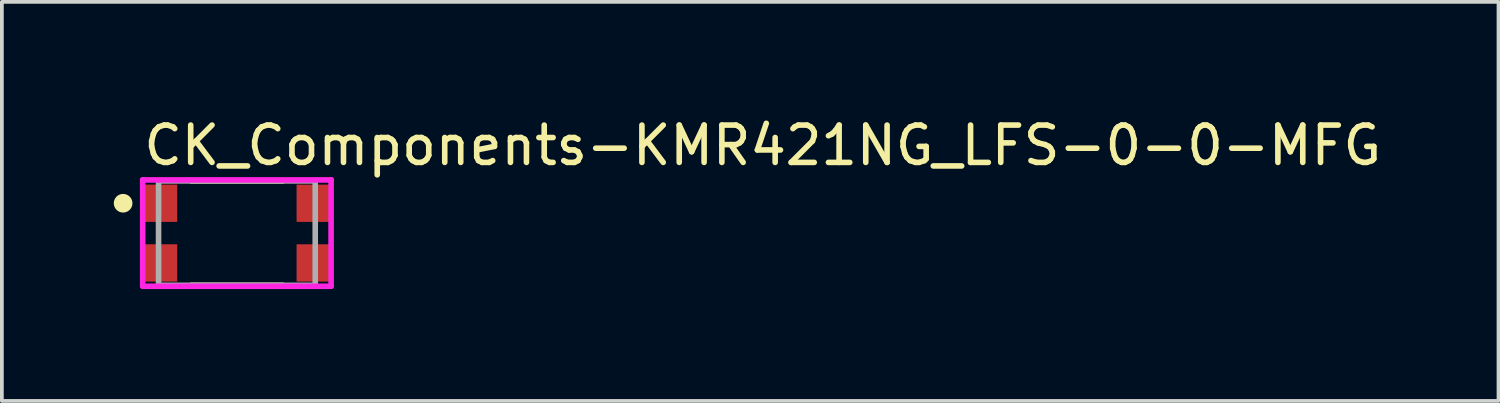
<source format=kicad_pcb>
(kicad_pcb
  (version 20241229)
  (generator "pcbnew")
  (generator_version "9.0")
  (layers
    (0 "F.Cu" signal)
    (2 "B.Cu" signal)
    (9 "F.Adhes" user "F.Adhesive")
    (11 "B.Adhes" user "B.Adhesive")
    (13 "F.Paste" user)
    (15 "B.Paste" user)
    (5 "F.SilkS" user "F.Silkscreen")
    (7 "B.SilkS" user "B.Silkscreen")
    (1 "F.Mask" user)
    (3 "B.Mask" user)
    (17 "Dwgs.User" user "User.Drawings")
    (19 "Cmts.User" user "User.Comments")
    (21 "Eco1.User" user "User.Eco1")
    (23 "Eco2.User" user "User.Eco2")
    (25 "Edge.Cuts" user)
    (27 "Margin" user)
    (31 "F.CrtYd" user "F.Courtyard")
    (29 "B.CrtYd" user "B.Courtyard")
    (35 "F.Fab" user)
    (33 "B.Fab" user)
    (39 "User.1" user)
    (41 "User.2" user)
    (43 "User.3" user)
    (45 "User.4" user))
  (footprint "CK_Components-KMR421NG_LFS-0-0-MFG"
    (layer "F.Cu")
    (at 3.3 3.198)
    (property "Reference" "CK_Components-KMR421NG_LFS-0-0-MFG" (at -2.575 -2.35 0) (layer "F.SilkS") (effects (font (size 1 1) (thickness 0.15)) (justify left)))
    (attr through_hole)
    (fp_line (start -1.225 -1.4) (end 1.225 -1.4) (stroke (width 0.15) (type solid)) (layer "F.SilkS"))
    (fp_line (start -1.225 1.4) (end 1.225 1.4) (stroke (width 0.15) (type solid)) (layer "F.SilkS"))
    (fp_circle (center -3.05 -0.8) (end -2.925 -0.8) (stroke (width 0.25) (type solid)) (fill no) (layer "F.SilkS"))
    (fp_line (start -2.525 -1.425) (end -2.525 1.425) (stroke (width 0.15) (type solid)) (layer "F.CrtYd"))
    (fp_line (start -2.525 1.425) (end 2.525 1.425) (stroke (width 0.15) (type solid)) (layer "F.CrtYd"))
    (fp_line (start 2.525 -1.425) (end -2.525 -1.425) (stroke (width 0.15) (type solid)) (layer "F.CrtYd"))
    (fp_line (start 2.525 -1.425) (end 2.525 -1.425) (stroke (width 0.15) (type solid)) (layer "F.CrtYd"))
    (fp_line (start 2.525 1.425) (end 2.525 -1.425) (stroke (width 0.15) (type solid)) (layer "F.CrtYd"))
    (fp_line (start -2.1 -1.4) (end 2.1 -1.4) (stroke (width 0.15) (type solid)) (layer "F.Fab"))
    (fp_line (start -2.1 1.4) (end -2.1 -1.4) (stroke (width 0.15) (type solid)) (layer "F.Fab"))
    (fp_line (start 2.1 -1.4) (end 2.1 1.4) (stroke (width 0.15) (type solid)) (layer "F.Fab"))
    (fp_line (start 2.1 1.4) (end -2.1 1.4) (stroke (width 0.15) (type solid)) (layer "F.Fab"))
    (pad "1" smd rect (at -2.05 -0.8) (size 0.9 1) (layers "F.Cu" "F.Mask" "F.Paste"))
    (pad "2" smd rect (at 2.05 -0.8) (size 0.9 1) (layers "F.Cu" "F.Mask" "F.Paste"))
    (pad "3" smd rect (at -2.05 0.8) (size 0.9 1) (layers "F.Cu" "F.Mask" "F.Paste"))
    (pad "4" smd rect (at 2.05 0.8) (size 0.9 1) (layers "F.Cu" "F.Mask" "F.Paste")))
  (gr_rect
    (start -3 -3)
    (end 37.118 7.698)
    (stroke (width 0.1) (type default))
    (fill no)
    (layer "Edge.Cuts")))
</source>
